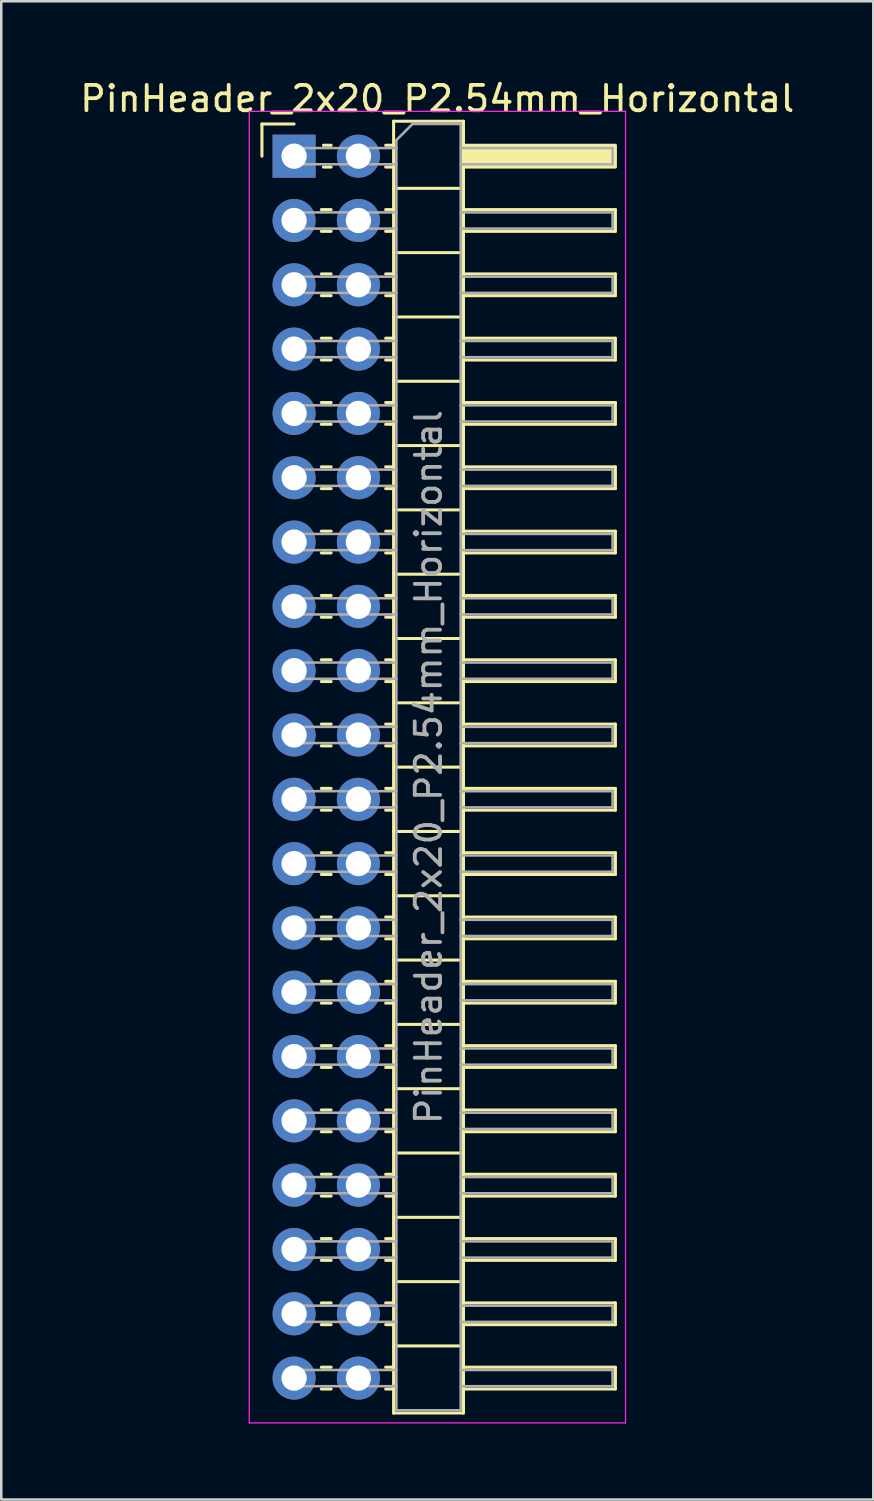
<source format=kicad_pcb>
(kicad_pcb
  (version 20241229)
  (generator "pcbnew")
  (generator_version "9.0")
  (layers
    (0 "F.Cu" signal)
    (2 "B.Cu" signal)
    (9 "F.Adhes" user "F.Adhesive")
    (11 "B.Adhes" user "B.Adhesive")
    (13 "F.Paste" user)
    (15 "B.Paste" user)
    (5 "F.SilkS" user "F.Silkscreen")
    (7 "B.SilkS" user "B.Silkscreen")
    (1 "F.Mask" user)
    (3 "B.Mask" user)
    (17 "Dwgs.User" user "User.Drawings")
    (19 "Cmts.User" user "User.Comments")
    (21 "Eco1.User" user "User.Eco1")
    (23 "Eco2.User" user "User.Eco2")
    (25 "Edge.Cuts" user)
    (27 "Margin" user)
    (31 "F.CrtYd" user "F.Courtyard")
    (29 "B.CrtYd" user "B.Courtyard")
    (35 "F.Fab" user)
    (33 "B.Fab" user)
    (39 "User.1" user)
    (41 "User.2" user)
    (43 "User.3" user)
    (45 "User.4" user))
  (footprint "PinHeader_2x20_P2.54mm_Horizontal"
    (layer "F.Cu")
    (at 8.565 3.118)
    (property "Reference" "PinHeader_2x20_P2.54mm_Horizontal" (at 5.655 -2.27 0) (layer "F.SilkS") (effects (font (size 1 1) (thickness 0.15))))
    (attr through_hole)
    (fp_line (start -1.27 -1.27) (end 0 -1.27) (stroke (width 0.12) (type solid)) (layer "F.SilkS"))
    (fp_line (start -1.27 0) (end -1.27 -1.27) (stroke (width 0.12) (type solid)) (layer "F.SilkS"))
    (fp_line (start 1.077 2.11) (end 1.463 2.11) (stroke (width 0.12) (type solid)) (layer "F.SilkS"))
    (fp_line (start 1.077 2.97) (end 1.463 2.97) (stroke (width 0.12) (type solid)) (layer "F.SilkS"))
    (fp_line (start 1.077 4.65) (end 1.463 4.65) (stroke (width 0.12) (type solid)) (layer "F.SilkS"))
    (fp_line (start 1.077 5.51) (end 1.463 5.51) (stroke (width 0.12) (type solid)) (layer "F.SilkS"))
    (fp_line (start 1.077 7.19) (end 1.463 7.19) (stroke (width 0.12) (type solid)) (layer "F.SilkS"))
    (fp_line (start 1.077 8.05) (end 1.463 8.05) (stroke (width 0.12) (type solid)) (layer "F.SilkS"))
    (fp_line (start 1.077 9.73) (end 1.463 9.73) (stroke (width 0.12) (type solid)) (layer "F.SilkS"))
    (fp_line (start 1.077 10.59) (end 1.463 10.59) (stroke (width 0.12) (type solid)) (layer "F.SilkS"))
    (fp_line (start 1.077 12.27) (end 1.463 12.27) (stroke (width 0.12) (type solid)) (layer "F.SilkS"))
    (fp_line (start 1.077 13.13) (end 1.463 13.13) (stroke (width 0.12) (type solid)) (layer "F.SilkS"))
    (fp_line (start 1.077 14.81) (end 1.463 14.81) (stroke (width 0.12) (type solid)) (layer "F.SilkS"))
    (fp_line (start 1.077 15.67) (end 1.463 15.67) (stroke (width 0.12) (type solid)) (layer "F.SilkS"))
    (fp_line (start 1.077 17.35) (end 1.463 17.35) (stroke (width 0.12) (type solid)) (layer "F.SilkS"))
    (fp_line (start 1.077 18.21) (end 1.463 18.21) (stroke (width 0.12) (type solid)) (layer "F.SilkS"))
    (fp_line (start 1.077 19.89) (end 1.463 19.89) (stroke (width 0.12) (type solid)) (layer "F.SilkS"))
    (fp_line (start 1.077 20.75) (end 1.463 20.75) (stroke (width 0.12) (type solid)) (layer "F.SilkS"))
    (fp_line (start 1.077 22.43) (end 1.463 22.43) (stroke (width 0.12) (type solid)) (layer "F.SilkS"))
    (fp_line (start 1.077 23.29) (end 1.463 23.29) (stroke (width 0.12) (type solid)) (layer "F.SilkS"))
    (fp_line (start 1.077 24.97) (end 1.463 24.97) (stroke (width 0.12) (type solid)) (layer "F.SilkS"))
    (fp_line (start 1.077 25.83) (end 1.463 25.83) (stroke (width 0.12) (type solid)) (layer "F.SilkS"))
    (fp_line (start 1.077 27.51) (end 1.463 27.51) (stroke (width 0.12) (type solid)) (layer "F.SilkS"))
    (fp_line (start 1.077 28.37) (end 1.463 28.37) (stroke (width 0.12) (type solid)) (layer "F.SilkS"))
    (fp_line (start 1.077 30.05) (end 1.463 30.05) (stroke (width 0.12) (type solid)) (layer "F.SilkS"))
    (fp_line (start 1.077 30.91) (end 1.463 30.91) (stroke (width 0.12) (type solid)) (layer "F.SilkS"))
    (fp_line (start 1.077 32.59) (end 1.463 32.59) (stroke (width 0.12) (type solid)) (layer "F.SilkS"))
    (fp_line (start 1.077 33.45) (end 1.463 33.45) (stroke (width 0.12) (type solid)) (layer "F.SilkS"))
    (fp_line (start 1.077 35.13) (end 1.463 35.13) (stroke (width 0.12) (type solid)) (layer "F.SilkS"))
    (fp_line (start 1.077 35.99) (end 1.463 35.99) (stroke (width 0.12) (type solid)) (layer "F.SilkS"))
    (fp_line (start 1.077 37.67) (end 1.463 37.67) (stroke (width 0.12) (type solid)) (layer "F.SilkS"))
    (fp_line (start 1.077 38.53) (end 1.463 38.53) (stroke (width 0.12) (type solid)) (layer "F.SilkS"))
    (fp_line (start 1.077 40.21) (end 1.463 40.21) (stroke (width 0.12) (type solid)) (layer "F.SilkS"))
    (fp_line (start 1.077 41.07) (end 1.463 41.07) (stroke (width 0.12) (type solid)) (layer "F.SilkS"))
    (fp_line (start 1.077 42.75) (end 1.463 42.75) (stroke (width 0.12) (type solid)) (layer "F.SilkS"))
    (fp_line (start 1.077 43.61) (end 1.463 43.61) (stroke (width 0.12) (type solid)) (layer "F.SilkS"))
    (fp_line (start 1.077 45.29) (end 1.463 45.29) (stroke (width 0.12) (type solid)) (layer "F.SilkS"))
    (fp_line (start 1.077 46.15) (end 1.463 46.15) (stroke (width 0.12) (type solid)) (layer "F.SilkS"))
    (fp_line (start 1.077 47.83) (end 1.463 47.83) (stroke (width 0.12) (type solid)) (layer "F.SilkS"))
    (fp_line (start 1.077 48.69) (end 1.463 48.69) (stroke (width 0.12) (type solid)) (layer "F.SilkS"))
    (fp_line (start 1.16 -0.43) (end 1.463 -0.43) (stroke (width 0.12) (type solid)) (layer "F.SilkS"))
    (fp_line (start 1.16 0.43) (end 1.463 0.43) (stroke (width 0.12) (type solid)) (layer "F.SilkS"))
    (fp_line (start 3.617 -0.43) (end 3.93 -0.43) (stroke (width 0.12) (type solid)) (layer "F.SilkS"))
    (fp_line (start 3.617 0.43) (end 3.93 0.43) (stroke (width 0.12) (type solid)) (layer "F.SilkS"))
    (fp_line (start 3.617 2.11) (end 3.93 2.11) (stroke (width 0.12) (type solid)) (layer "F.SilkS"))
    (fp_line (start 3.617 2.97) (end 3.93 2.97) (stroke (width 0.12) (type solid)) (layer "F.SilkS"))
    (fp_line (start 3.617 4.65) (end 3.93 4.65) (stroke (width 0.12) (type solid)) (layer "F.SilkS"))
    (fp_line (start 3.617 5.51) (end 3.93 5.51) (stroke (width 0.12) (type solid)) (layer "F.SilkS"))
    (fp_line (start 3.617 7.19) (end 3.93 7.19) (stroke (width 0.12) (type solid)) (layer "F.SilkS"))
    (fp_line (start 3.617 8.05) (end 3.93 8.05) (stroke (width 0.12) (type solid)) (layer "F.SilkS"))
    (fp_line (start 3.617 9.73) (end 3.93 9.73) (stroke (width 0.12) (type solid)) (layer "F.SilkS"))
    (fp_line (start 3.617 10.59) (end 3.93 10.59) (stroke (width 0.12) (type solid)) (layer "F.SilkS"))
    (fp_line (start 3.617 12.27) (end 3.93 12.27) (stroke (width 0.12) (type solid)) (layer "F.SilkS"))
    (fp_line (start 3.617 13.13) (end 3.93 13.13) (stroke (width 0.12) (type solid)) (layer "F.SilkS"))
    (fp_line (start 3.617 14.81) (end 3.93 14.81) (stroke (width 0.12) (type solid)) (layer "F.SilkS"))
    (fp_line (start 3.617 15.67) (end 3.93 15.67) (stroke (width 0.12) (type solid)) (layer "F.SilkS"))
    (fp_line (start 3.617 17.35) (end 3.93 17.35) (stroke (width 0.12) (type solid)) (layer "F.SilkS"))
    (fp_line (start 3.617 18.21) (end 3.93 18.21) (stroke (width 0.12) (type solid)) (layer "F.SilkS"))
    (fp_line (start 3.617 19.89) (end 3.93 19.89) (stroke (width 0.12) (type solid)) (layer "F.SilkS"))
    (fp_line (start 3.617 20.75) (end 3.93 20.75) (stroke (width 0.12) (type solid)) (layer "F.SilkS"))
    (fp_line (start 3.617 22.43) (end 3.93 22.43) (stroke (width 0.12) (type solid)) (layer "F.SilkS"))
    (fp_line (start 3.617 23.29) (end 3.93 23.29) (stroke (width 0.12) (type solid)) (layer "F.SilkS"))
    (fp_line (start 3.617 24.97) (end 3.93 24.97) (stroke (width 0.12) (type solid)) (layer "F.SilkS"))
    (fp_line (start 3.617 25.83) (end 3.93 25.83) (stroke (width 0.12) (type solid)) (layer "F.SilkS"))
    (fp_line (start 3.617 27.51) (end 3.93 27.51) (stroke (width 0.12) (type solid)) (layer "F.SilkS"))
    (fp_line (start 3.617 28.37) (end 3.93 28.37) (stroke (width 0.12) (type solid)) (layer "F.SilkS"))
    (fp_line (start 3.617 30.05) (end 3.93 30.05) (stroke (width 0.12) (type solid)) (layer "F.SilkS"))
    (fp_line (start 3.617 30.91) (end 3.93 30.91) (stroke (width 0.12) (type solid)) (layer "F.SilkS"))
    (fp_line (start 3.617 32.59) (end 3.93 32.59) (stroke (width 0.12) (type solid)) (layer "F.SilkS"))
    (fp_line (start 3.617 33.45) (end 3.93 33.45) (stroke (width 0.12) (type solid)) (layer "F.SilkS"))
    (fp_line (start 3.617 35.13) (end 3.93 35.13) (stroke (width 0.12) (type solid)) (layer "F.SilkS"))
    (fp_line (start 3.617 35.99) (end 3.93 35.99) (stroke (width 0.12) (type solid)) (layer "F.SilkS"))
    (fp_line (start 3.617 37.67) (end 3.93 37.67) (stroke (width 0.12) (type solid)) (layer "F.SilkS"))
    (fp_line (start 3.617 38.53) (end 3.93 38.53) (stroke (width 0.12) (type solid)) (layer "F.SilkS"))
    (fp_line (start 3.617 40.21) (end 3.93 40.21) (stroke (width 0.12) (type solid)) (layer "F.SilkS"))
    (fp_line (start 3.617 41.07) (end 3.93 41.07) (stroke (width 0.12) (type solid)) (layer "F.SilkS"))
    (fp_line (start 3.617 42.75) (end 3.93 42.75) (stroke (width 0.12) (type solid)) (layer "F.SilkS"))
    (fp_line (start 3.617 43.61) (end 3.93 43.61) (stroke (width 0.12) (type solid)) (layer "F.SilkS"))
    (fp_line (start 3.617 45.29) (end 3.93 45.29) (stroke (width 0.12) (type solid)) (layer "F.SilkS"))
    (fp_line (start 3.617 46.15) (end 3.93 46.15) (stroke (width 0.12) (type solid)) (layer "F.SilkS"))
    (fp_line (start 3.617 47.83) (end 3.93 47.83) (stroke (width 0.12) (type solid)) (layer "F.SilkS"))
    (fp_line (start 3.617 48.69) (end 3.93 48.69) (stroke (width 0.12) (type solid)) (layer "F.SilkS"))
    (fp_line (start 3.93 -1.38) (end 3.93 49.64) (stroke (width 0.12) (type solid)) (layer "F.SilkS"))
    (fp_line (start 3.93 1.27) (end 6.69 1.27) (stroke (width 0.12) (type solid)) (layer "F.SilkS"))
    (fp_line (start 3.93 3.81) (end 6.69 3.81) (stroke (width 0.12) (type solid)) (layer "F.SilkS"))
    (fp_line (start 3.93 6.35) (end 6.69 6.35) (stroke (width 0.12) (type solid)) (layer "F.SilkS"))
    (fp_line (start 3.93 8.89) (end 6.69 8.89) (stroke (width 0.12) (type solid)) (layer "F.SilkS"))
    (fp_line (start 3.93 11.43) (end 6.69 11.43) (stroke (width 0.12) (type solid)) (layer "F.SilkS"))
    (fp_line (start 3.93 13.97) (end 6.69 13.97) (stroke (width 0.12) (type solid)) (layer "F.SilkS"))
    (fp_line (start 3.93 16.51) (end 6.69 16.51) (stroke (width 0.12) (type solid)) (layer "F.SilkS"))
    (fp_line (start 3.93 19.05) (end 6.69 19.05) (stroke (width 0.12) (type solid)) (layer "F.SilkS"))
    (fp_line (start 3.93 21.59) (end 6.69 21.59) (stroke (width 0.12) (type solid)) (layer "F.SilkS"))
    (fp_line (start 3.93 24.13) (end 6.69 24.13) (stroke (width 0.12) (type solid)) (layer "F.SilkS"))
    (fp_line (start 3.93 26.67) (end 6.69 26.67) (stroke (width 0.12) (type solid)) (layer "F.SilkS"))
    (fp_line (start 3.93 29.21) (end 6.69 29.21) (stroke (width 0.12) (type solid)) (layer "F.SilkS"))
    (fp_line (start 3.93 31.75) (end 6.69 31.75) (stroke (width 0.12) (type solid)) (layer "F.SilkS"))
    (fp_line (start 3.93 34.29) (end 6.69 34.29) (stroke (width 0.12) (type solid)) (layer "F.SilkS"))
    (fp_line (start 3.93 36.83) (end 6.69 36.83) (stroke (width 0.12) (type solid)) (layer "F.SilkS"))
    (fp_line (start 3.93 39.37) (end 6.69 39.37) (stroke (width 0.12) (type solid)) (layer "F.SilkS"))
    (fp_line (start 3.93 41.91) (end 6.69 41.91) (stroke (width 0.12) (type solid)) (layer "F.SilkS"))
    (fp_line (start 3.93 44.45) (end 6.69 44.45) (stroke (width 0.12) (type solid)) (layer "F.SilkS"))
    (fp_line (start 3.93 46.99) (end 6.69 46.99) (stroke (width 0.12) (type solid)) (layer "F.SilkS"))
    (fp_line (start 3.93 49.64) (end 6.69 49.64) (stroke (width 0.12) (type solid)) (layer "F.SilkS"))
    (fp_line (start 6.69 -1.38) (end 3.93 -1.38) (stroke (width 0.12) (type solid)) (layer "F.SilkS"))
    (fp_line (start 6.69 2.11) (end 12.69 2.11) (stroke (width 0.12) (type solid)) (layer "F.SilkS"))
    (fp_line (start 6.69 4.65) (end 12.69 4.65) (stroke (width 0.12) (type solid)) (layer "F.SilkS"))
    (fp_line (start 6.69 7.19) (end 12.69 7.19) (stroke (width 0.12) (type solid)) (layer "F.SilkS"))
    (fp_line (start 6.69 9.73) (end 12.69 9.73) (stroke (width 0.12) (type solid)) (layer "F.SilkS"))
    (fp_line (start 6.69 12.27) (end 12.69 12.27) (stroke (width 0.12) (type solid)) (layer "F.SilkS"))
    (fp_line (start 6.69 14.81) (end 12.69 14.81) (stroke (width 0.12) (type solid)) (layer "F.SilkS"))
    (fp_line (start 6.69 17.35) (end 12.69 17.35) (stroke (width 0.12) (type solid)) (layer "F.SilkS"))
    (fp_line (start 6.69 19.89) (end 12.69 19.89) (stroke (width 0.12) (type solid)) (layer "F.SilkS"))
    (fp_line (start 6.69 22.43) (end 12.69 22.43) (stroke (width 0.12) (type solid)) (layer "F.SilkS"))
    (fp_line (start 6.69 24.97) (end 12.69 24.97) (stroke (width 0.12) (type solid)) (layer "F.SilkS"))
    (fp_line (start 6.69 27.51) (end 12.69 27.51) (stroke (width 0.12) (type solid)) (layer "F.SilkS"))
    (fp_line (start 6.69 30.05) (end 12.69 30.05) (stroke (width 0.12) (type solid)) (layer "F.SilkS"))
    (fp_line (start 6.69 32.59) (end 12.69 32.59) (stroke (width 0.12) (type solid)) (layer "F.SilkS"))
    (fp_line (start 6.69 35.13) (end 12.69 35.13) (stroke (width 0.12) (type solid)) (layer "F.SilkS"))
    (fp_line (start 6.69 37.67) (end 12.69 37.67) (stroke (width 0.12) (type solid)) (layer "F.SilkS"))
    (fp_line (start 6.69 40.21) (end 12.69 40.21) (stroke (width 0.12) (type solid)) (layer "F.SilkS"))
    (fp_line (start 6.69 42.75) (end 12.69 42.75) (stroke (width 0.12) (type solid)) (layer "F.SilkS"))
    (fp_line (start 6.69 45.29) (end 12.69 45.29) (stroke (width 0.12) (type solid)) (layer "F.SilkS"))
    (fp_line (start 6.69 47.83) (end 12.69 47.83) (stroke (width 0.12) (type solid)) (layer "F.SilkS"))
    (fp_line (start 6.69 49.64) (end 6.69 -1.38) (stroke (width 0.12) (type solid)) (layer "F.SilkS"))
    (fp_line (start 12.69 2.11) (end 12.69 2.97) (stroke (width 0.12) (type solid)) (layer "F.SilkS"))
    (fp_line (start 12.69 2.97) (end 6.69 2.97) (stroke (width 0.12) (type solid)) (layer "F.SilkS"))
    (fp_line (start 12.69 4.65) (end 12.69 5.51) (stroke (width 0.12) (type solid)) (layer "F.SilkS"))
    (fp_line (start 12.69 5.51) (end 6.69 5.51) (stroke (width 0.12) (type solid)) (layer "F.SilkS"))
    (fp_line (start 12.69 7.19) (end 12.69 8.05) (stroke (width 0.12) (type solid)) (layer "F.SilkS"))
    (fp_line (start 12.69 8.05) (end 6.69 8.05) (stroke (width 0.12) (type solid)) (layer "F.SilkS"))
    (fp_line (start 12.69 9.73) (end 12.69 10.59) (stroke (width 0.12) (type solid)) (layer "F.SilkS"))
    (fp_line (start 12.69 10.59) (end 6.69 10.59) (stroke (width 0.12) (type solid)) (layer "F.SilkS"))
    (fp_line (start 12.69 12.27) (end 12.69 13.13) (stroke (width 0.12) (type solid)) (layer "F.SilkS"))
    (fp_line (start 12.69 13.13) (end 6.69 13.13) (stroke (width 0.12) (type solid)) (layer "F.SilkS"))
    (fp_line (start 12.69 14.81) (end 12.69 15.67) (stroke (width 0.12) (type solid)) (layer "F.SilkS"))
    (fp_line (start 12.69 15.67) (end 6.69 15.67) (stroke (width 0.12) (type solid)) (layer "F.SilkS"))
    (fp_line (start 12.69 17.35) (end 12.69 18.21) (stroke (width 0.12) (type solid)) (layer "F.SilkS"))
    (fp_line (start 12.69 18.21) (end 6.69 18.21) (stroke (width 0.12) (type solid)) (layer "F.SilkS"))
    (fp_line (start 12.69 19.89) (end 12.69 20.75) (stroke (width 0.12) (type solid)) (layer "F.SilkS"))
    (fp_line (start 12.69 20.75) (end 6.69 20.75) (stroke (width 0.12) (type solid)) (layer "F.SilkS"))
    (fp_line (start 12.69 22.43) (end 12.69 23.29) (stroke (width 0.12) (type solid)) (layer "F.SilkS"))
    (fp_line (start 12.69 23.29) (end 6.69 23.29) (stroke (width 0.12) (type solid)) (layer "F.SilkS"))
    (fp_line (start 12.69 24.97) (end 12.69 25.83) (stroke (width 0.12) (type solid)) (layer "F.SilkS"))
    (fp_line (start 12.69 25.83) (end 6.69 25.83) (stroke (width 0.12) (type solid)) (layer "F.SilkS"))
    (fp_line (start 12.69 27.51) (end 12.69 28.37) (stroke (width 0.12) (type solid)) (layer "F.SilkS"))
    (fp_line (start 12.69 28.37) (end 6.69 28.37) (stroke (width 0.12) (type solid)) (layer "F.SilkS"))
    (fp_line (start 12.69 30.05) (end 12.69 30.91) (stroke (width 0.12) (type solid)) (layer "F.SilkS"))
    (fp_line (start 12.69 30.91) (end 6.69 30.91) (stroke (width 0.12) (type solid)) (layer "F.SilkS"))
    (fp_line (start 12.69 32.59) (end 12.69 33.45) (stroke (width 0.12) (type solid)) (layer "F.SilkS"))
    (fp_line (start 12.69 33.45) (end 6.69 33.45) (stroke (width 0.12) (type solid)) (layer "F.SilkS"))
    (fp_line (start 12.69 35.13) (end 12.69 35.99) (stroke (width 0.12) (type solid)) (layer "F.SilkS"))
    (fp_line (start 12.69 35.99) (end 6.69 35.99) (stroke (width 0.12) (type solid)) (layer "F.SilkS"))
    (fp_line (start 12.69 37.67) (end 12.69 38.53) (stroke (width 0.12) (type solid)) (layer "F.SilkS"))
    (fp_line (start 12.69 38.53) (end 6.69 38.53) (stroke (width 0.12) (type solid)) (layer "F.SilkS"))
    (fp_line (start 12.69 40.21) (end 12.69 41.07) (stroke (width 0.12) (type solid)) (layer "F.SilkS"))
    (fp_line (start 12.69 41.07) (end 6.69 41.07) (stroke (width 0.12) (type solid)) (layer "F.SilkS"))
    (fp_line (start 12.69 42.75) (end 12.69 43.61) (stroke (width 0.12) (type solid)) (layer "F.SilkS"))
    (fp_line (start 12.69 43.61) (end 6.69 43.61) (stroke (width 0.12) (type solid)) (layer "F.SilkS"))
    (fp_line (start 12.69 45.29) (end 12.69 46.15) (stroke (width 0.12) (type solid)) (layer "F.SilkS"))
    (fp_line (start 12.69 46.15) (end 6.69 46.15) (stroke (width 0.12) (type solid)) (layer "F.SilkS"))
    (fp_line (start 12.69 47.83) (end 12.69 48.69) (stroke (width 0.12) (type solid)) (layer "F.SilkS"))
    (fp_line (start 12.69 48.69) (end 6.69 48.69) (stroke (width 0.12) (type solid)) (layer "F.SilkS"))
    (fp_rect (start 6.69 -0.43) (end 12.69 0.43) (stroke (width 0.12) (type solid)) (fill yes) (layer "F.SilkS"))
    (fp_line (start -1.77 -1.77) (end -1.77 50.03) (stroke (width 0.05) (type solid)) (layer "F.CrtYd"))
    (fp_line (start -1.77 50.03) (end 13.09 50.03) (stroke (width 0.05) (type solid)) (layer "F.CrtYd"))
    (fp_line (start 13.09 -1.77) (end -1.77 -1.77) (stroke (width 0.05) (type solid)) (layer "F.CrtYd"))
    (fp_line (start 13.09 50.03) (end 13.09 -1.77) (stroke (width 0.05) (type solid)) (layer "F.CrtYd"))
    (fp_line (start -0.32 -0.32) (end -0.32 0.32) (stroke (width 0.1) (type solid)) (layer "F.Fab"))
    (fp_line (start -0.32 -0.32) (end 4.04 -0.32) (stroke (width 0.1) (type solid)) (layer "F.Fab"))
    (fp_line (start -0.32 0.32) (end 4.04 0.32) (stroke (width 0.1) (type solid)) (layer "F.Fab"))
    (fp_line (start -0.32 2.22) (end -0.32 2.86) (stroke (width 0.1) (type solid)) (layer "F.Fab"))
    (fp_line (start -0.32 2.22) (end 4.04 2.22) (stroke (width 0.1) (type solid)) (layer "F.Fab"))
    (fp_line (start -0.32 2.86) (end 4.04 2.86) (stroke (width 0.1) (type solid)) (layer "F.Fab"))
    (fp_line (start -0.32 4.76) (end -0.32 5.4) (stroke (width 0.1) (type solid)) (layer "F.Fab"))
    (fp_line (start -0.32 4.76) (end 4.04 4.76) (stroke (width 0.1) (type solid)) (layer "F.Fab"))
    (fp_line (start -0.32 5.4) (end 4.04 5.4) (stroke (width 0.1) (type solid)) (layer "F.Fab"))
    (fp_line (start -0.32 7.3) (end -0.32 7.94) (stroke (width 0.1) (type solid)) (layer "F.Fab"))
    (fp_line (start -0.32 7.3) (end 4.04 7.3) (stroke (width 0.1) (type solid)) (layer "F.Fab"))
    (fp_line (start -0.32 7.94) (end 4.04 7.94) (stroke (width 0.1) (type solid)) (layer "F.Fab"))
    (fp_line (start -0.32 9.84) (end -0.32 10.48) (stroke (width 0.1) (type solid)) (layer "F.Fab"))
    (fp_line (start -0.32 9.84) (end 4.04 9.84) (stroke (width 0.1) (type solid)) (layer "F.Fab"))
    (fp_line (start -0.32 10.48) (end 4.04 10.48) (stroke (width 0.1) (type solid)) (layer "F.Fab"))
    (fp_line (start -0.32 12.38) (end -0.32 13.02) (stroke (width 0.1) (type solid)) (layer "F.Fab"))
    (fp_line (start -0.32 12.38) (end 4.04 12.38) (stroke (width 0.1) (type solid)) (layer "F.Fab"))
    (fp_line (start -0.32 13.02) (end 4.04 13.02) (stroke (width 0.1) (type solid)) (layer "F.Fab"))
    (fp_line (start -0.32 14.92) (end -0.32 15.56) (stroke (width 0.1) (type solid)) (layer "F.Fab"))
    (fp_line (start -0.32 14.92) (end 4.04 14.92) (stroke (width 0.1) (type solid)) (layer "F.Fab"))
    (fp_line (start -0.32 15.56) (end 4.04 15.56) (stroke (width 0.1) (type solid)) (layer "F.Fab"))
    (fp_line (start -0.32 17.46) (end -0.32 18.1) (stroke (width 0.1) (type solid)) (layer "F.Fab"))
    (fp_line (start -0.32 17.46) (end 4.04 17.46) (stroke (width 0.1) (type solid)) (layer "F.Fab"))
    (fp_line (start -0.32 18.1) (end 4.04 18.1) (stroke (width 0.1) (type solid)) (layer "F.Fab"))
    (fp_line (start -0.32 20) (end -0.32 20.64) (stroke (width 0.1) (type solid)) (layer "F.Fab"))
    (fp_line (start -0.32 20) (end 4.04 20) (stroke (width 0.1) (type solid)) (layer "F.Fab"))
    (fp_line (start -0.32 20.64) (end 4.04 20.64) (stroke (width 0.1) (type solid)) (layer "F.Fab"))
    (fp_line (start -0.32 22.54) (end -0.32 23.18) (stroke (width 0.1) (type solid)) (layer "F.Fab"))
    (fp_line (start -0.32 22.54) (end 4.04 22.54) (stroke (width 0.1) (type solid)) (layer "F.Fab"))
    (fp_line (start -0.32 23.18) (end 4.04 23.18) (stroke (width 0.1) (type solid)) (layer "F.Fab"))
    (fp_line (start -0.32 25.08) (end -0.32 25.72) (stroke (width 0.1) (type solid)) (layer "F.Fab"))
    (fp_line (start -0.32 25.08) (end 4.04 25.08) (stroke (width 0.1) (type solid)) (layer "F.Fab"))
    (fp_line (start -0.32 25.72) (end 4.04 25.72) (stroke (width 0.1) (type solid)) (layer "F.Fab"))
    (fp_line (start -0.32 27.62) (end -0.32 28.26) (stroke (width 0.1) (type solid)) (layer "F.Fab"))
    (fp_line (start -0.32 27.62) (end 4.04 27.62) (stroke (width 0.1) (type solid)) (layer "F.Fab"))
    (fp_line (start -0.32 28.26) (end 4.04 28.26) (stroke (width 0.1) (type solid)) (layer "F.Fab"))
    (fp_line (start -0.32 30.16) (end -0.32 30.8) (stroke (width 0.1) (type solid)) (layer "F.Fab"))
    (fp_line (start -0.32 30.16) (end 4.04 30.16) (stroke (width 0.1) (type solid)) (layer "F.Fab"))
    (fp_line (start -0.32 30.8) (end 4.04 30.8) (stroke (width 0.1) (type solid)) (layer "F.Fab"))
    (fp_line (start -0.32 32.7) (end -0.32 33.34) (stroke (width 0.1) (type solid)) (layer "F.Fab"))
    (fp_line (start -0.32 32.7) (end 4.04 32.7) (stroke (width 0.1) (type solid)) (layer "F.Fab"))
    (fp_line (start -0.32 33.34) (end 4.04 33.34) (stroke (width 0.1) (type solid)) (layer "F.Fab"))
    (fp_line (start -0.32 35.24) (end -0.32 35.88) (stroke (width 0.1) (type solid)) (layer "F.Fab"))
    (fp_line (start -0.32 35.24) (end 4.04 35.24) (stroke (width 0.1) (type solid)) (layer "F.Fab"))
    (fp_line (start -0.32 35.88) (end 4.04 35.88) (stroke (width 0.1) (type solid)) (layer "F.Fab"))
    (fp_line (start -0.32 37.78) (end -0.32 38.42) (stroke (width 0.1) (type solid)) (layer "F.Fab"))
    (fp_line (start -0.32 37.78) (end 4.04 37.78) (stroke (width 0.1) (type solid)) (layer "F.Fab"))
    (fp_line (start -0.32 38.42) (end 4.04 38.42) (stroke (width 0.1) (type solid)) (layer "F.Fab"))
    (fp_line (start -0.32 40.32) (end -0.32 40.96) (stroke (width 0.1) (type solid)) (layer "F.Fab"))
    (fp_line (start -0.32 40.32) (end 4.04 40.32) (stroke (width 0.1) (type solid)) (layer "F.Fab"))
    (fp_line (start -0.32 40.96) (end 4.04 40.96) (stroke (width 0.1) (type solid)) (layer "F.Fab"))
    (fp_line (start -0.32 42.86) (end -0.32 43.5) (stroke (width 0.1) (type solid)) (layer "F.Fab"))
    (fp_line (start -0.32 42.86) (end 4.04 42.86) (stroke (width 0.1) (type solid)) (layer "F.Fab"))
    (fp_line (start -0.32 43.5) (end 4.04 43.5) (stroke (width 0.1) (type solid)) (layer "F.Fab"))
    (fp_line (start -0.32 45.4) (end -0.32 46.04) (stroke (width 0.1) (type solid)) (layer "F.Fab"))
    (fp_line (start -0.32 45.4) (end 4.04 45.4) (stroke (width 0.1) (type solid)) (layer "F.Fab"))
    (fp_line (start -0.32 46.04) (end 4.04 46.04) (stroke (width 0.1) (type solid)) (layer "F.Fab"))
    (fp_line (start -0.32 47.94) (end -0.32 48.58) (stroke (width 0.1) (type solid)) (layer "F.Fab"))
    (fp_line (start -0.32 47.94) (end 4.04 47.94) (stroke (width 0.1) (type solid)) (layer "F.Fab"))
    (fp_line (start -0.32 48.58) (end 4.04 48.58) (stroke (width 0.1) (type solid)) (layer "F.Fab"))
    (fp_line (start 4.04 -0.635) (end 4.675 -1.27) (stroke (width 0.1) (type solid)) (layer "F.Fab"))
    (fp_line (start 4.04 49.53) (end 4.04 -0.635) (stroke (width 0.1) (type solid)) (layer "F.Fab"))
    (fp_line (start 4.675 -1.27) (end 6.58 -1.27) (stroke (width 0.1) (type solid)) (layer "F.Fab"))
    (fp_line (start 6.58 -1.27) (end 6.58 49.53) (stroke (width 0.1) (type solid)) (layer "F.Fab"))
    (fp_line (start 6.58 -0.32) (end 12.58 -0.32) (stroke (width 0.1) (type solid)) (layer "F.Fab"))
    (fp_line (start 6.58 0.32) (end 12.58 0.32) (stroke (width 0.1) (type solid)) (layer "F.Fab"))
    (fp_line (start 6.58 2.22) (end 12.58 2.22) (stroke (width 0.1) (type solid)) (layer "F.Fab"))
    (fp_line (start 6.58 2.86) (end 12.58 2.86) (stroke (width 0.1) (type solid)) (layer "F.Fab"))
    (fp_line (start 6.58 4.76) (end 12.58 4.76) (stroke (width 0.1) (type solid)) (layer "F.Fab"))
    (fp_line (start 6.58 5.4) (end 12.58 5.4) (stroke (width 0.1) (type solid)) (layer "F.Fab"))
    (fp_line (start 6.58 7.3) (end 12.58 7.3) (stroke (width 0.1) (type solid)) (layer "F.Fab"))
    (fp_line (start 6.58 7.94) (end 12.58 7.94) (stroke (width 0.1) (type solid)) (layer "F.Fab"))
    (fp_line (start 6.58 9.84) (end 12.58 9.84) (stroke (width 0.1) (type solid)) (layer "F.Fab"))
    (fp_line (start 6.58 10.48) (end 12.58 10.48) (stroke (width 0.1) (type solid)) (layer "F.Fab"))
    (fp_line (start 6.58 12.38) (end 12.58 12.38) (stroke (width 0.1) (type solid)) (layer "F.Fab"))
    (fp_line (start 6.58 13.02) (end 12.58 13.02) (stroke (width 0.1) (type solid)) (layer "F.Fab"))
    (fp_line (start 6.58 14.92) (end 12.58 14.92) (stroke (width 0.1) (type solid)) (layer "F.Fab"))
    (fp_line (start 6.58 15.56) (end 12.58 15.56) (stroke (width 0.1) (type solid)) (layer "F.Fab"))
    (fp_line (start 6.58 17.46) (end 12.58 17.46) (stroke (width 0.1) (type solid)) (layer "F.Fab"))
    (fp_line (start 6.58 18.1) (end 12.58 18.1) (stroke (width 0.1) (type solid)) (layer "F.Fab"))
    (fp_line (start 6.58 20) (end 12.58 20) (stroke (width 0.1) (type solid)) (layer "F.Fab"))
    (fp_line (start 6.58 20.64) (end 12.58 20.64) (stroke (width 0.1) (type solid)) (layer "F.Fab"))
    (fp_line (start 6.58 22.54) (end 12.58 22.54) (stroke (width 0.1) (type solid)) (layer "F.Fab"))
    (fp_line (start 6.58 23.18) (end 12.58 23.18) (stroke (width 0.1) (type solid)) (layer "F.Fab"))
    (fp_line (start 6.58 25.08) (end 12.58 25.08) (stroke (width 0.1) (type solid)) (layer "F.Fab"))
    (fp_line (start 6.58 25.72) (end 12.58 25.72) (stroke (width 0.1) (type solid)) (layer "F.Fab"))
    (fp_line (start 6.58 27.62) (end 12.58 27.62) (stroke (width 0.1) (type solid)) (layer "F.Fab"))
    (fp_line (start 6.58 28.26) (end 12.58 28.26) (stroke (width 0.1) (type solid)) (layer "F.Fab"))
    (fp_line (start 6.58 30.16) (end 12.58 30.16) (stroke (width 0.1) (type solid)) (layer "F.Fab"))
    (fp_line (start 6.58 30.8) (end 12.58 30.8) (stroke (width 0.1) (type solid)) (layer "F.Fab"))
    (fp_line (start 6.58 32.7) (end 12.58 32.7) (stroke (width 0.1) (type solid)) (layer "F.Fab"))
    (fp_line (start 6.58 33.34) (end 12.58 33.34) (stroke (width 0.1) (type solid)) (layer "F.Fab"))
    (fp_line (start 6.58 35.24) (end 12.58 35.24) (stroke (width 0.1) (type solid)) (layer "F.Fab"))
    (fp_line (start 6.58 35.88) (end 12.58 35.88) (stroke (width 0.1) (type solid)) (layer "F.Fab"))
    (fp_line (start 6.58 37.78) (end 12.58 37.78) (stroke (width 0.1) (type solid)) (layer "F.Fab"))
    (fp_line (start 6.58 38.42) (end 12.58 38.42) (stroke (width 0.1) (type solid)) (layer "F.Fab"))
    (fp_line (start 6.58 40.32) (end 12.58 40.32) (stroke (width 0.1) (type solid)) (layer "F.Fab"))
    (fp_line (start 6.58 40.96) (end 12.58 40.96) (stroke (width 0.1) (type solid)) (layer "F.Fab"))
    (fp_line (start 6.58 42.86) (end 12.58 42.86) (stroke (width 0.1) (type solid)) (layer "F.Fab"))
    (fp_line (start 6.58 43.5) (end 12.58 43.5) (stroke (width 0.1) (type solid)) (layer "F.Fab"))
    (fp_line (start 6.58 45.4) (end 12.58 45.4) (stroke (width 0.1) (type solid)) (layer "F.Fab"))
    (fp_line (start 6.58 46.04) (end 12.58 46.04) (stroke (width 0.1) (type solid)) (layer "F.Fab"))
    (fp_line (start 6.58 47.94) (end 12.58 47.94) (stroke (width 0.1) (type solid)) (layer "F.Fab"))
    (fp_line (start 6.58 48.58) (end 12.58 48.58) (stroke (width 0.1) (type solid)) (layer "F.Fab"))
    (fp_line (start 6.58 49.53) (end 4.04 49.53) (stroke (width 0.1) (type solid)) (layer "F.Fab"))
    (fp_line (start 12.58 -0.32) (end 12.58 0.32) (stroke (width 0.1) (type solid)) (layer "F.Fab"))
    (fp_line (start 12.58 2.22) (end 12.58 2.86) (stroke (width 0.1) (type solid)) (layer "F.Fab"))
    (fp_line (start 12.58 4.76) (end 12.58 5.4) (stroke (width 0.1) (type solid)) (layer "F.Fab"))
    (fp_line (start 12.58 7.3) (end 12.58 7.94) (stroke (width 0.1) (type solid)) (layer "F.Fab"))
    (fp_line (start 12.58 9.84) (end 12.58 10.48) (stroke (width 0.1) (type solid)) (layer "F.Fab"))
    (fp_line (start 12.58 12.38) (end 12.58 13.02) (stroke (width 0.1) (type solid)) (layer "F.Fab"))
    (fp_line (start 12.58 14.92) (end 12.58 15.56) (stroke (width 0.1) (type solid)) (layer "F.Fab"))
    (fp_line (start 12.58 17.46) (end 12.58 18.1) (stroke (width 0.1) (type solid)) (layer "F.Fab"))
    (fp_line (start 12.58 20) (end 12.58 20.64) (stroke (width 0.1) (type solid)) (layer "F.Fab"))
    (fp_line (start 12.58 22.54) (end 12.58 23.18) (stroke (width 0.1) (type solid)) (layer "F.Fab"))
    (fp_line (start 12.58 25.08) (end 12.58 25.72) (stroke (width 0.1) (type solid)) (layer "F.Fab"))
    (fp_line (start 12.58 27.62) (end 12.58 28.26) (stroke (width 0.1) (type solid)) (layer "F.Fab"))
    (fp_line (start 12.58 30.16) (end 12.58 30.8) (stroke (width 0.1) (type solid)) (layer "F.Fab"))
    (fp_line (start 12.58 32.7) (end 12.58 33.34) (stroke (width 0.1) (type solid)) (layer "F.Fab"))
    (fp_line (start 12.58 35.24) (end 12.58 35.88) (stroke (width 0.1) (type solid)) (layer "F.Fab"))
    (fp_line (start 12.58 37.78) (end 12.58 38.42) (stroke (width 0.1) (type solid)) (layer "F.Fab"))
    (fp_line (start 12.58 40.32) (end 12.58 40.96) (stroke (width 0.1) (type solid)) (layer "F.Fab"))
    (fp_line (start 12.58 42.86) (end 12.58 43.5) (stroke (width 0.1) (type solid)) (layer "F.Fab"))
    (fp_line (start 12.58 45.4) (end 12.58 46.04) (stroke (width 0.1) (type solid)) (layer "F.Fab"))
    (fp_line (start 12.58 47.94) (end 12.58 48.58) (stroke (width 0.1) (type solid)) (layer "F.Fab"))
    (fp_text user "${REFERENCE}" (at 5.31 24.13 90) (layer "F.Fab") (effects (font (size 1 1) (thickness 0.15))))
    (pad "1" thru_hole rect (at 0 0) (size 1.7 1.7) (drill 1) (layers "*.Cu" "*.Mask"))
    (pad "2" thru_hole circle (at 2.54 0) (size 1.7 1.7) (drill 1) (layers "*.Cu" "*.Mask"))
    (pad "3" thru_hole circle (at 0 2.54) (size 1.7 1.7) (drill 1) (layers "*.Cu" "*.Mask"))
    (pad "4" thru_hole circle (at 2.54 2.54) (size 1.7 1.7) (drill 1) (layers "*.Cu" "*.Mask"))
    (pad "5" thru_hole circle (at 0 5.08) (size 1.7 1.7) (drill 1) (layers "*.Cu" "*.Mask"))
    (pad "6" thru_hole circle (at 2.54 5.08) (size 1.7 1.7) (drill 1) (layers "*.Cu" "*.Mask"))
    (pad "7" thru_hole circle (at 0 7.62) (size 1.7 1.7) (drill 1) (layers "*.Cu" "*.Mask"))
    (pad "8" thru_hole circle (at 2.54 7.62) (size 1.7 1.7) (drill 1) (layers "*.Cu" "*.Mask"))
    (pad "9" thru_hole circle (at 0 10.16) (size 1.7 1.7) (drill 1) (layers "*.Cu" "*.Mask"))
    (pad "10" thru_hole circle (at 2.54 10.16) (size 1.7 1.7) (drill 1) (layers "*.Cu" "*.Mask"))
    (pad "11" thru_hole circle (at 0 12.7) (size 1.7 1.7) (drill 1) (layers "*.Cu" "*.Mask"))
    (pad "12" thru_hole circle (at 2.54 12.7) (size 1.7 1.7) (drill 1) (layers "*.Cu" "*.Mask"))
    (pad "13" thru_hole circle (at 0 15.24) (size 1.7 1.7) (drill 1) (layers "*.Cu" "*.Mask"))
    (pad "14" thru_hole circle (at 2.54 15.24) (size 1.7 1.7) (drill 1) (layers "*.Cu" "*.Mask"))
    (pad "15" thru_hole circle (at 0 17.78) (size 1.7 1.7) (drill 1) (layers "*.Cu" "*.Mask"))
    (pad "16" thru_hole circle (at 2.54 17.78) (size 1.7 1.7) (drill 1) (layers "*.Cu" "*.Mask"))
    (pad "17" thru_hole circle (at 0 20.32) (size 1.7 1.7) (drill 1) (layers "*.Cu" "*.Mask"))
    (pad "18" thru_hole circle (at 2.54 20.32) (size 1.7 1.7) (drill 1) (layers "*.Cu" "*.Mask"))
    (pad "19" thru_hole circle (at 0 22.86) (size 1.7 1.7) (drill 1) (layers "*.Cu" "*.Mask"))
    (pad "20" thru_hole circle (at 2.54 22.86) (size 1.7 1.7) (drill 1) (layers "*.Cu" "*.Mask"))
    (pad "21" thru_hole circle (at 0 25.4) (size 1.7 1.7) (drill 1) (layers "*.Cu" "*.Mask"))
    (pad "22" thru_hole circle (at 2.54 25.4) (size 1.7 1.7) (drill 1) (layers "*.Cu" "*.Mask"))
    (pad "23" thru_hole circle (at 0 27.94) (size 1.7 1.7) (drill 1) (layers "*.Cu" "*.Mask"))
    (pad "24" thru_hole circle (at 2.54 27.94) (size 1.7 1.7) (drill 1) (layers "*.Cu" "*.Mask"))
    (pad "25" thru_hole circle (at 0 30.48) (size 1.7 1.7) (drill 1) (layers "*.Cu" "*.Mask"))
    (pad "26" thru_hole circle (at 2.54 30.48) (size 1.7 1.7) (drill 1) (layers "*.Cu" "*.Mask"))
    (pad "27" thru_hole circle (at 0 33.02) (size 1.7 1.7) (drill 1) (layers "*.Cu" "*.Mask"))
    (pad "28" thru_hole circle (at 2.54 33.02) (size 1.7 1.7) (drill 1) (layers "*.Cu" "*.Mask"))
    (pad "29" thru_hole circle (at 0 35.56) (size 1.7 1.7) (drill 1) (layers "*.Cu" "*.Mask"))
    (pad "30" thru_hole circle (at 2.54 35.56) (size 1.7 1.7) (drill 1) (layers "*.Cu" "*.Mask"))
    (pad "31" thru_hole circle (at 0 38.1) (size 1.7 1.7) (drill 1) (layers "*.Cu" "*.Mask"))
    (pad "32" thru_hole circle (at 2.54 38.1) (size 1.7 1.7) (drill 1) (layers "*.Cu" "*.Mask"))
    (pad "33" thru_hole circle (at 0 40.64) (size 1.7 1.7) (drill 1) (layers "*.Cu" "*.Mask"))
    (pad "34" thru_hole circle (at 2.54 40.64) (size 1.7 1.7) (drill 1) (layers "*.Cu" "*.Mask"))
    (pad "35" thru_hole circle (at 0 43.18) (size 1.7 1.7) (drill 1) (layers "*.Cu" "*.Mask"))
    (pad "36" thru_hole circle (at 2.54 43.18) (size 1.7 1.7) (drill 1) (layers "*.Cu" "*.Mask"))
    (pad "37" thru_hole circle (at 0 45.72) (size 1.7 1.7) (drill 1) (layers "*.Cu" "*.Mask"))
    (pad "38" thru_hole circle (at 2.54 45.72) (size 1.7 1.7) (drill 1) (layers "*.Cu" "*.Mask"))
    (pad "39" thru_hole circle (at 0 48.26) (size 1.7 1.7) (drill 1) (layers "*.Cu" "*.Mask"))
    (pad "40" thru_hole circle (at 2.54 48.26) (size 1.7 1.7) (drill 1) (layers "*.Cu" "*.Mask")))
  (gr_rect
    (start -3 -3)
    (end 31.44 56.173)
    (stroke (width 0.1) (type default))
    (fill no)
    (layer "Edge.Cuts")))
</source>
